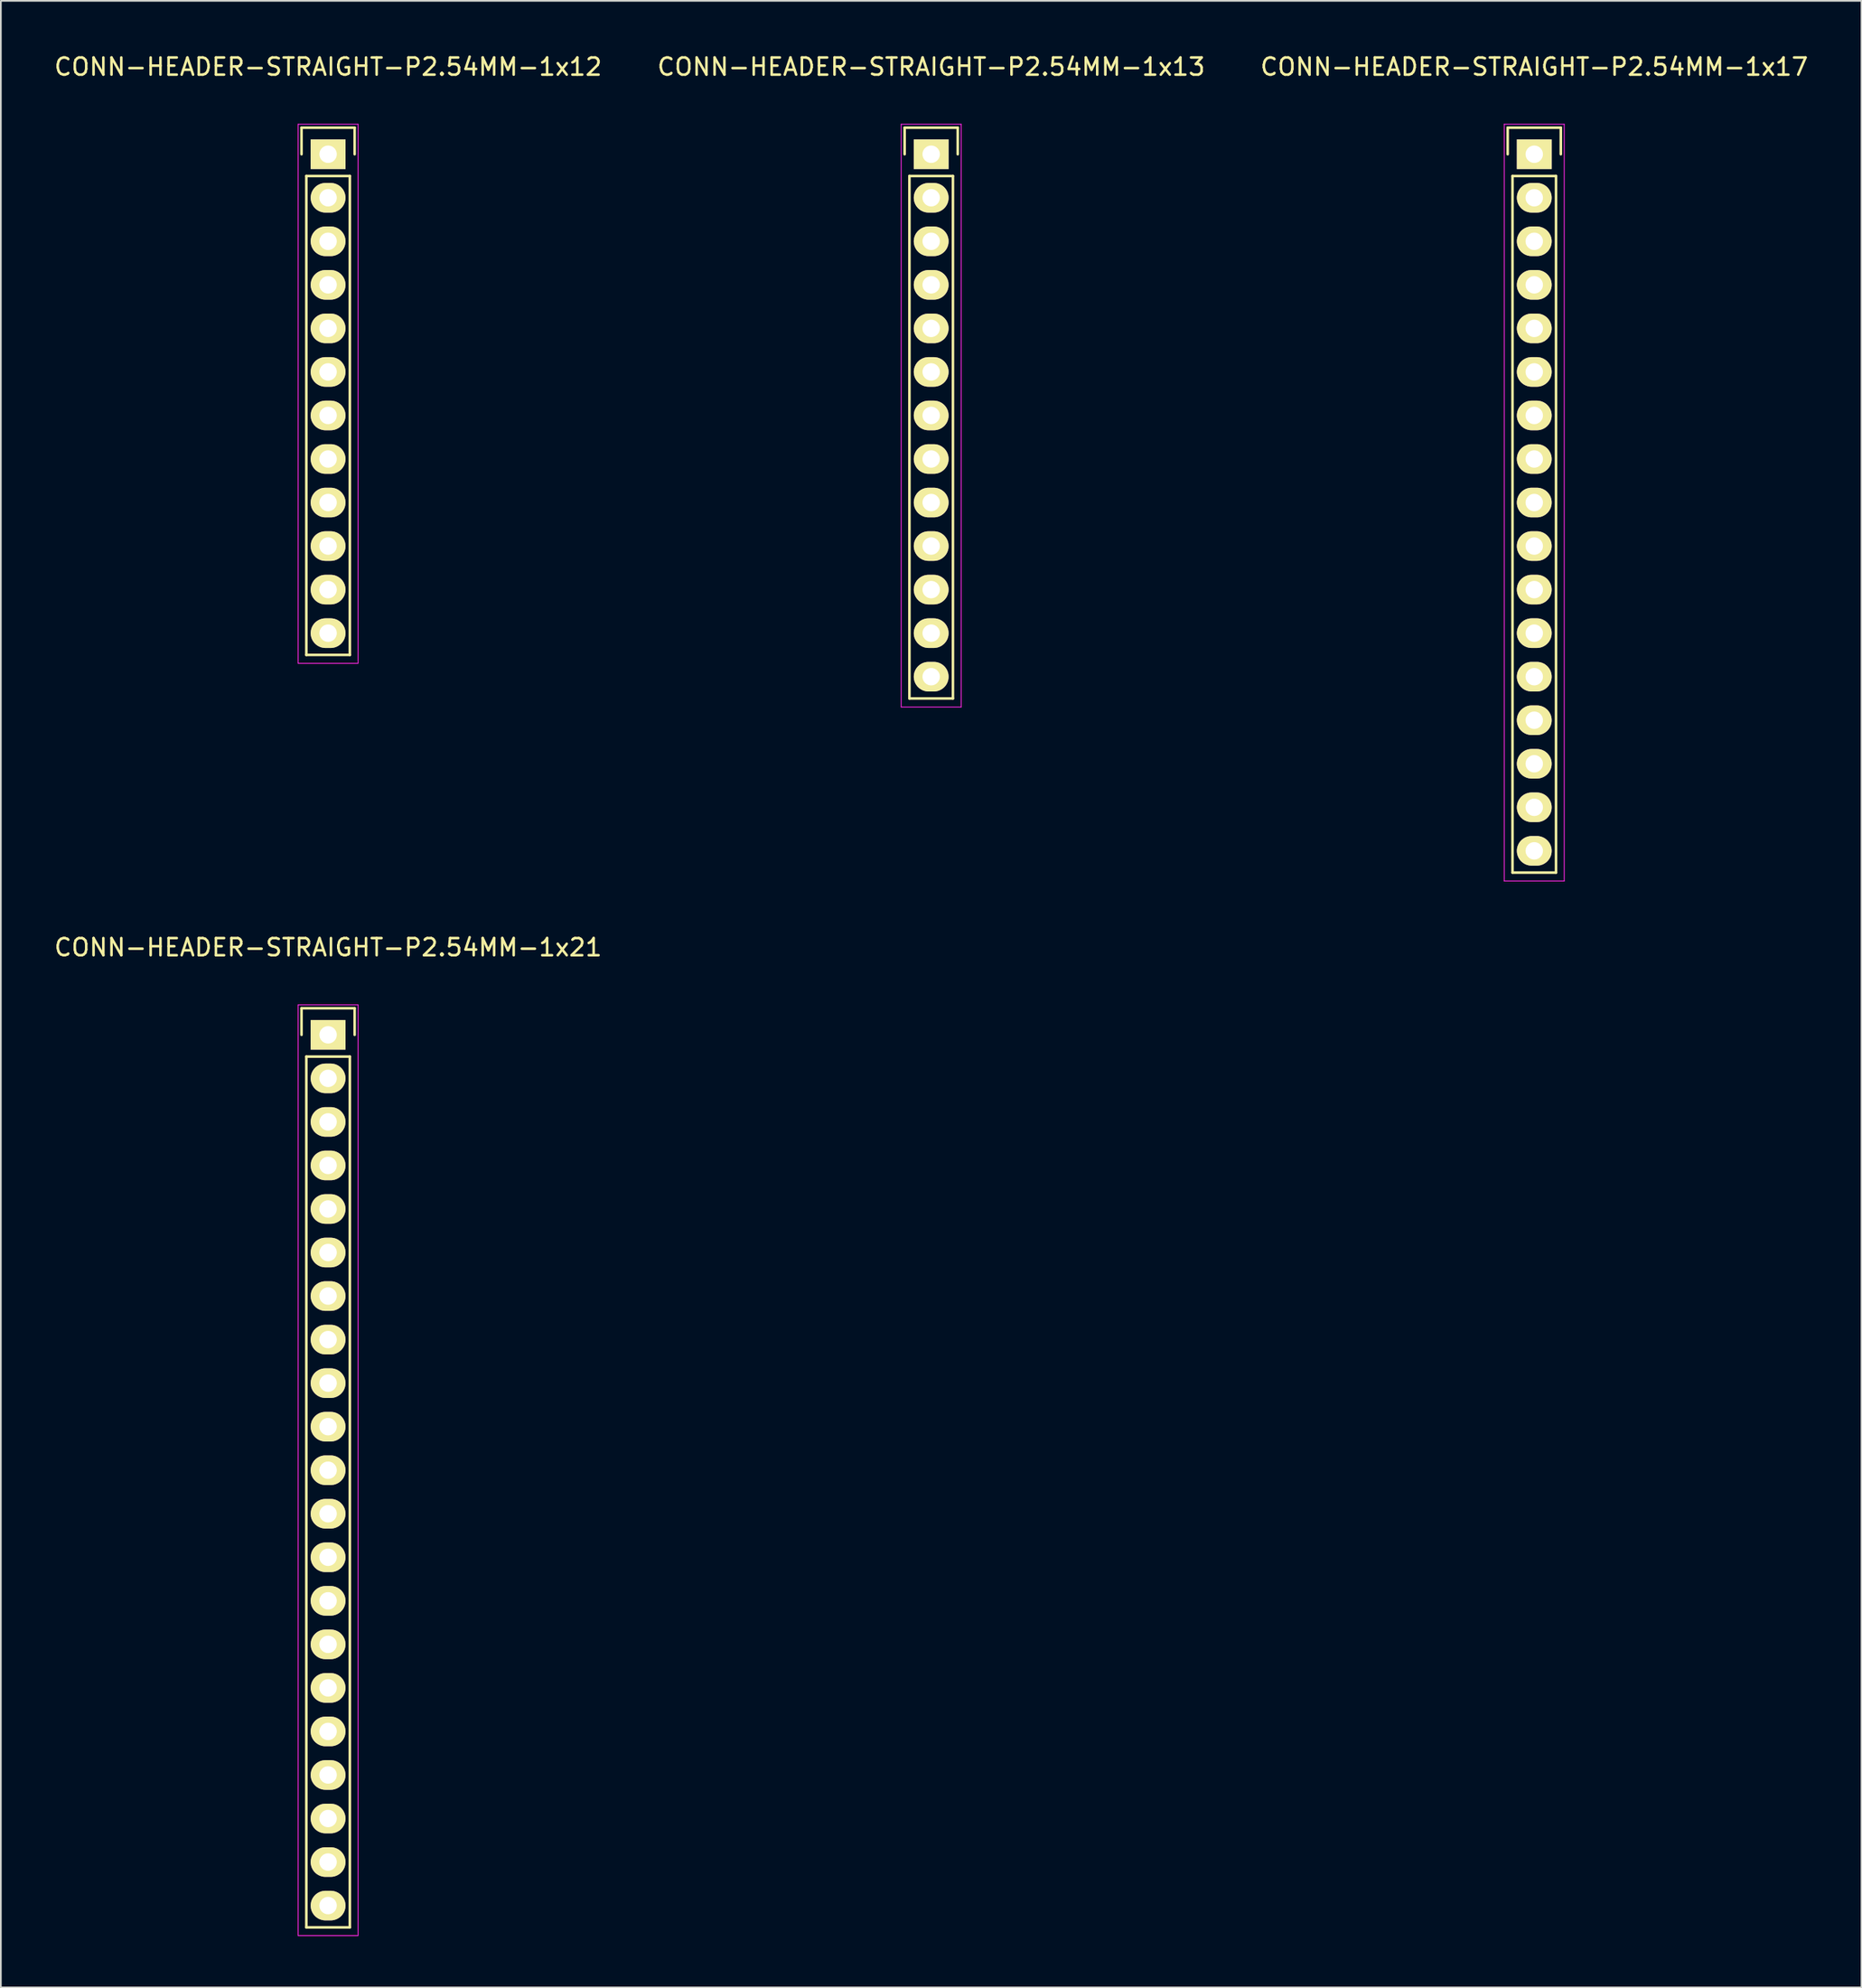
<source format=kicad_pcb>
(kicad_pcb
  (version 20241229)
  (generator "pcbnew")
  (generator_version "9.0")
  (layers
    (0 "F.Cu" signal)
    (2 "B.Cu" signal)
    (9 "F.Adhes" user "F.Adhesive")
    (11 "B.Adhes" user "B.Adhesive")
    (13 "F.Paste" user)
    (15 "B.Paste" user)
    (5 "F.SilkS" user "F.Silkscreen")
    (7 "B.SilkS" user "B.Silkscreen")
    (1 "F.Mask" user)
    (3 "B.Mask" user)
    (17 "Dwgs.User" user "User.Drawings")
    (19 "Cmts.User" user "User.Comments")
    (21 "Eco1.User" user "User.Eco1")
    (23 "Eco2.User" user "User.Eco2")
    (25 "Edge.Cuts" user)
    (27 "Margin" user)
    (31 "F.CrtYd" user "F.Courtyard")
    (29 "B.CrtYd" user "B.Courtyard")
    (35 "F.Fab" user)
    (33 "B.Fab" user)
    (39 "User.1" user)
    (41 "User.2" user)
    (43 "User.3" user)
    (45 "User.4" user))
  (footprint "CONN-HEADER-STRAIGHT-P2.54MM-1x17"
    (layer "F.Cu")
    (at 86.506 5.948)
    (property "Reference" "CONN-HEADER-STRAIGHT-P2.54MM-1x17" (at 0 -5.1 0) (layer "F.SilkS") (effects (font (size 1 1) (thickness 0.15))))
    (attr through_hole)
    (fp_line (start -1.55 -1.55) (end 1.55 -1.55) (stroke (width 0.15) (type solid)) (layer "F.SilkS"))
    (fp_line (start -1.55 0) (end -1.55 -1.55) (stroke (width 0.15) (type solid)) (layer "F.SilkS"))
    (fp_line (start -1.27 41.91) (end -1.27 1.27) (stroke (width 0.15) (type solid)) (layer "F.SilkS"))
    (fp_line (start 1.27 1.27) (end -1.27 1.27) (stroke (width 0.15) (type solid)) (layer "F.SilkS"))
    (fp_line (start 1.27 1.27) (end 1.27 41.91) (stroke (width 0.15) (type solid)) (layer "F.SilkS"))
    (fp_line (start 1.27 41.91) (end -1.27 41.91) (stroke (width 0.15) (type solid)) (layer "F.SilkS"))
    (fp_line (start 1.55 -1.55) (end 1.55 0) (stroke (width 0.15) (type solid)) (layer "F.SilkS"))
    (fp_line (start -1.75 -1.75) (end -1.75 42.4) (stroke (width 0.05) (type solid)) (layer "F.CrtYd"))
    (fp_line (start -1.75 -1.75) (end 1.75 -1.75) (stroke (width 0.05) (type solid)) (layer "F.CrtYd"))
    (fp_line (start -1.75 42.4) (end 1.75 42.4) (stroke (width 0.05) (type solid)) (layer "F.CrtYd"))
    (fp_line (start 1.75 -1.75) (end 1.75 42.4) (stroke (width 0.05) (type solid)) (layer "F.CrtYd"))
    (pad "1" thru_hole rect (at 0 0) (size 2.032 1.727) (drill 1.016) (layers "*.Cu" "*.Mask" "F.SilkS"))
    (pad "2" thru_hole oval (at 0 2.54) (size 2.032 1.727) (drill 1.016) (layers "*.Cu" "*.Mask" "F.SilkS"))
    (pad "3" thru_hole oval (at 0 5.08) (size 2.032 1.727) (drill 1.016) (layers "*.Cu" "*.Mask" "F.SilkS"))
    (pad "4" thru_hole oval (at 0 7.62) (size 2.032 1.727) (drill 1.016) (layers "*.Cu" "*.Mask" "F.SilkS"))
    (pad "5" thru_hole oval (at 0 10.16) (size 2.032 1.727) (drill 1.016) (layers "*.Cu" "*.Mask" "F.SilkS"))
    (pad "6" thru_hole oval (at 0 12.7) (size 2.032 1.727) (drill 1.016) (layers "*.Cu" "*.Mask" "F.SilkS"))
    (pad "7" thru_hole oval (at 0 15.24) (size 2.032 1.727) (drill 1.016) (layers "*.Cu" "*.Mask" "F.SilkS"))
    (pad "8" thru_hole oval (at 0 17.78) (size 2.032 1.727) (drill 1.016) (layers "*.Cu" "*.Mask" "F.SilkS"))
    (pad "9" thru_hole oval (at 0 20.32) (size 2.032 1.727) (drill 1.016) (layers "*.Cu" "*.Mask" "F.SilkS"))
    (pad "10" thru_hole oval (at 0 22.86) (size 2.032 1.727) (drill 1.016) (layers "*.Cu" "*.Mask" "F.SilkS"))
    (pad "11" thru_hole oval (at 0 25.4) (size 2.032 1.727) (drill 1.016) (layers "*.Cu" "*.Mask" "F.SilkS"))
    (pad "12" thru_hole oval (at 0 27.94) (size 2.032 1.727) (drill 1.016) (layers "*.Cu" "*.Mask" "F.SilkS"))
    (pad "13" thru_hole oval (at 0 30.48) (size 2.032 1.727) (drill 1.016) (layers "*.Cu" "*.Mask" "F.SilkS"))
    (pad "14" thru_hole oval (at 0 33.02) (size 2.032 1.727) (drill 1.016) (layers "*.Cu" "*.Mask" "F.SilkS"))
    (pad "15" thru_hole oval (at 0 35.56) (size 2.032 1.727) (drill 1.016) (layers "*.Cu" "*.Mask" "F.SilkS"))
    (pad "16" thru_hole oval (at 0 38.1) (size 2.032 1.727) (drill 1.016) (layers "*.Cu" "*.Mask" "F.SilkS"))
    (pad "17" thru_hole oval (at 0 40.64) (size 2.032 1.727) (drill 1.016) (layers "*.Cu" "*.Mask" "F.SilkS")))
  (footprint "CONN-HEADER-STRAIGHT-P2.54MM-1x12"
    (layer "F.Cu")
    (at 16.101 5.948)
    (property "Reference" "CONN-HEADER-STRAIGHT-P2.54MM-1x12" (at 0 -5.1 0) (layer "F.SilkS") (effects (font (size 1 1) (thickness 0.15))))
    (attr through_hole)
    (fp_line (start -1.55 -1.55) (end 1.55 -1.55) (stroke (width 0.15) (type solid)) (layer "F.SilkS"))
    (fp_line (start -1.55 0) (end -1.55 -1.55) (stroke (width 0.15) (type solid)) (layer "F.SilkS"))
    (fp_line (start -1.27 29.21) (end -1.27 1.27) (stroke (width 0.15) (type solid)) (layer "F.SilkS"))
    (fp_line (start 1.27 1.27) (end -1.27 1.27) (stroke (width 0.15) (type solid)) (layer "F.SilkS"))
    (fp_line (start 1.27 1.27) (end 1.27 29.21) (stroke (width 0.15) (type solid)) (layer "F.SilkS"))
    (fp_line (start 1.27 29.21) (end -1.27 29.21) (stroke (width 0.15) (type solid)) (layer "F.SilkS"))
    (fp_line (start 1.55 -1.55) (end 1.55 0) (stroke (width 0.15) (type solid)) (layer "F.SilkS"))
    (fp_line (start -1.75 -1.75) (end -1.75 29.7) (stroke (width 0.05) (type solid)) (layer "F.CrtYd"))
    (fp_line (start -1.75 -1.75) (end 1.75 -1.75) (stroke (width 0.05) (type solid)) (layer "F.CrtYd"))
    (fp_line (start -1.75 29.7) (end 1.75 29.7) (stroke (width 0.05) (type solid)) (layer "F.CrtYd"))
    (fp_line (start 1.75 -1.75) (end 1.75 29.7) (stroke (width 0.05) (type solid)) (layer "F.CrtYd"))
    (pad "1" thru_hole rect (at 0 0) (size 2.032 1.727) (drill 1.016) (layers "*.Cu" "*.Mask" "F.SilkS"))
    (pad "2" thru_hole oval (at 0 2.54) (size 2.032 1.727) (drill 1.016) (layers "*.Cu" "*.Mask" "F.SilkS"))
    (pad "3" thru_hole oval (at 0 5.08) (size 2.032 1.727) (drill 1.016) (layers "*.Cu" "*.Mask" "F.SilkS"))
    (pad "4" thru_hole oval (at 0 7.62) (size 2.032 1.727) (drill 1.016) (layers "*.Cu" "*.Mask" "F.SilkS"))
    (pad "5" thru_hole oval (at 0 10.16) (size 2.032 1.727) (drill 1.016) (layers "*.Cu" "*.Mask" "F.SilkS"))
    (pad "6" thru_hole oval (at 0 12.7) (size 2.032 1.727) (drill 1.016) (layers "*.Cu" "*.Mask" "F.SilkS"))
    (pad "7" thru_hole oval (at 0 15.24) (size 2.032 1.727) (drill 1.016) (layers "*.Cu" "*.Mask" "F.SilkS"))
    (pad "8" thru_hole oval (at 0 17.78) (size 2.032 1.727) (drill 1.016) (layers "*.Cu" "*.Mask" "F.SilkS"))
    (pad "9" thru_hole oval (at 0 20.32) (size 2.032 1.727) (drill 1.016) (layers "*.Cu" "*.Mask" "F.SilkS"))
    (pad "10" thru_hole oval (at 0 22.86) (size 2.032 1.727) (drill 1.016) (layers "*.Cu" "*.Mask" "F.SilkS"))
    (pad "11" thru_hole oval (at 0 25.4) (size 2.032 1.727) (drill 1.016) (layers "*.Cu" "*.Mask" "F.SilkS"))
    (pad "12" thru_hole oval (at 0 27.94) (size 2.032 1.727) (drill 1.016) (layers "*.Cu" "*.Mask" "F.SilkS")))
  (footprint "CONN-HEADER-STRAIGHT-P2.54MM-1x13"
    (layer "F.Cu")
    (at 51.304 5.948)
    (property "Reference" "CONN-HEADER-STRAIGHT-P2.54MM-1x13" (at 0 -5.1 0) (layer "F.SilkS") (effects (font (size 1 1) (thickness 0.15))))
    (attr through_hole)
    (fp_line (start -1.55 -1.55) (end 1.55 -1.55) (stroke (width 0.15) (type solid)) (layer "F.SilkS"))
    (fp_line (start -1.55 0) (end -1.55 -1.55) (stroke (width 0.15) (type solid)) (layer "F.SilkS"))
    (fp_line (start -1.27 1.27) (end -1.27 31.75) (stroke (width 0.15) (type solid)) (layer "F.SilkS"))
    (fp_line (start -1.27 31.75) (end 1.27 31.75) (stroke (width 0.15) (type solid)) (layer "F.SilkS"))
    (fp_line (start 1.27 1.27) (end -1.27 1.27) (stroke (width 0.15) (type solid)) (layer "F.SilkS"))
    (fp_line (start 1.27 31.75) (end 1.27 1.27) (stroke (width 0.15) (type solid)) (layer "F.SilkS"))
    (fp_line (start 1.55 -1.55) (end 1.55 0) (stroke (width 0.15) (type solid)) (layer "F.SilkS"))
    (fp_line (start -1.75 -1.75) (end -1.75 32.25) (stroke (width 0.05) (type solid)) (layer "F.CrtYd"))
    (fp_line (start -1.75 -1.75) (end 1.75 -1.75) (stroke (width 0.05) (type solid)) (layer "F.CrtYd"))
    (fp_line (start -1.75 32.25) (end 1.75 32.25) (stroke (width 0.05) (type solid)) (layer "F.CrtYd"))
    (fp_line (start 1.75 -1.75) (end 1.75 32.25) (stroke (width 0.05) (type solid)) (layer "F.CrtYd"))
    (pad "1" thru_hole rect (at 0 0) (size 2.032 1.727) (drill 1.016) (layers "*.Cu" "*.Mask" "F.SilkS"))
    (pad "2" thru_hole oval (at 0 2.54) (size 2.032 1.727) (drill 1.016) (layers "*.Cu" "*.Mask" "F.SilkS"))
    (pad "3" thru_hole oval (at 0 5.08) (size 2.032 1.727) (drill 1.016) (layers "*.Cu" "*.Mask" "F.SilkS"))
    (pad "4" thru_hole oval (at 0 7.62) (size 2.032 1.727) (drill 1.016) (layers "*.Cu" "*.Mask" "F.SilkS"))
    (pad "5" thru_hole oval (at 0 10.16) (size 2.032 1.727) (drill 1.016) (layers "*.Cu" "*.Mask" "F.SilkS"))
    (pad "6" thru_hole oval (at 0 12.7) (size 2.032 1.727) (drill 1.016) (layers "*.Cu" "*.Mask" "F.SilkS"))
    (pad "7" thru_hole oval (at 0 15.24) (size 2.032 1.727) (drill 1.016) (layers "*.Cu" "*.Mask" "F.SilkS"))
    (pad "8" thru_hole oval (at 0 17.78) (size 2.032 1.727) (drill 1.016) (layers "*.Cu" "*.Mask" "F.SilkS"))
    (pad "9" thru_hole oval (at 0 20.32) (size 2.032 1.727) (drill 1.016) (layers "*.Cu" "*.Mask" "F.SilkS"))
    (pad "10" thru_hole oval (at 0 22.86) (size 2.032 1.727) (drill 1.016) (layers "*.Cu" "*.Mask" "F.SilkS"))
    (pad "11" thru_hole oval (at 0 25.4) (size 2.032 1.727) (drill 1.016) (layers "*.Cu" "*.Mask" "F.SilkS"))
    (pad "12" thru_hole oval (at 0 27.94) (size 2.032 1.727) (drill 1.016) (layers "*.Cu" "*.Mask" "F.SilkS"))
    (pad "13" thru_hole oval (at 0 30.48) (size 2.032 1.727) (drill 1.016) (layers "*.Cu" "*.Mask" "F.SilkS")))
  (footprint "CONN-HEADER-STRAIGHT-P2.54MM-1x21"
    (layer "F.Cu")
    (at 16.101 57.322)
    (property "Reference" "CONN-HEADER-STRAIGHT-P2.54MM-1x21" (at 0 -5.1 0) (layer "F.SilkS") (effects (font (size 1 1) (thickness 0.15))))
    (attr through_hole)
    (fp_line (start -1.55 -1.55) (end 1.55 -1.55) (stroke (width 0.15) (type solid)) (layer "F.SilkS"))
    (fp_line (start -1.55 0) (end -1.55 -1.55) (stroke (width 0.15) (type solid)) (layer "F.SilkS"))
    (fp_line (start -1.27 52.07) (end -1.27 1.27) (stroke (width 0.15) (type solid)) (layer "F.SilkS"))
    (fp_line (start 1.27 1.27) (end -1.27 1.27) (stroke (width 0.15) (type solid)) (layer "F.SilkS"))
    (fp_line (start 1.27 1.27) (end 1.27 52.07) (stroke (width 0.15) (type solid)) (layer "F.SilkS"))
    (fp_line (start 1.27 52.07) (end -1.27 52.07) (stroke (width 0.15) (type solid)) (layer "F.SilkS"))
    (fp_line (start 1.55 -1.55) (end 1.55 0) (stroke (width 0.15) (type solid)) (layer "F.SilkS"))
    (fp_line (start -1.75 -1.75) (end -1.75 52.55) (stroke (width 0.05) (type solid)) (layer "F.CrtYd"))
    (fp_line (start -1.75 -1.75) (end 1.75 -1.75) (stroke (width 0.05) (type solid)) (layer "F.CrtYd"))
    (fp_line (start -1.75 52.55) (end 1.75 52.55) (stroke (width 0.05) (type solid)) (layer "F.CrtYd"))
    (fp_line (start 1.75 -1.75) (end 1.75 52.55) (stroke (width 0.05) (type solid)) (layer "F.CrtYd"))
    (pad "1" thru_hole rect (at 0 0) (size 2.032 1.727) (drill 1.016) (layers "*.Cu" "*.Mask" "F.SilkS"))
    (pad "2" thru_hole oval (at 0 2.54) (size 2.032 1.727) (drill 1.016) (layers "*.Cu" "*.Mask" "F.SilkS"))
    (pad "3" thru_hole oval (at 0 5.08) (size 2.032 1.727) (drill 1.016) (layers "*.Cu" "*.Mask" "F.SilkS"))
    (pad "4" thru_hole oval (at 0 7.62) (size 2.032 1.727) (drill 1.016) (layers "*.Cu" "*.Mask" "F.SilkS"))
    (pad "5" thru_hole oval (at 0 10.16) (size 2.032 1.727) (drill 1.016) (layers "*.Cu" "*.Mask" "F.SilkS"))
    (pad "6" thru_hole oval (at 0 12.7) (size 2.032 1.727) (drill 1.016) (layers "*.Cu" "*.Mask" "F.SilkS"))
    (pad "7" thru_hole oval (at 0 15.24) (size 2.032 1.727) (drill 1.016) (layers "*.Cu" "*.Mask" "F.SilkS"))
    (pad "8" thru_hole oval (at 0 17.78) (size 2.032 1.727) (drill 1.016) (layers "*.Cu" "*.Mask" "F.SilkS"))
    (pad "9" thru_hole oval (at 0 20.32) (size 2.032 1.727) (drill 1.016) (layers "*.Cu" "*.Mask" "F.SilkS"))
    (pad "10" thru_hole oval (at 0 22.86) (size 2.032 1.727) (drill 1.016) (layers "*.Cu" "*.Mask" "F.SilkS"))
    (pad "11" thru_hole oval (at 0 25.4) (size 2.032 1.727) (drill 1.016) (layers "*.Cu" "*.Mask" "F.SilkS"))
    (pad "12" thru_hole oval (at 0 27.94) (size 2.032 1.727) (drill 1.016) (layers "*.Cu" "*.Mask" "F.SilkS"))
    (pad "13" thru_hole oval (at 0 30.48) (size 2.032 1.727) (drill 1.016) (layers "*.Cu" "*.Mask" "F.SilkS"))
    (pad "14" thru_hole oval (at 0 33.02) (size 2.032 1.727) (drill 1.016) (layers "*.Cu" "*.Mask" "F.SilkS"))
    (pad "15" thru_hole oval (at 0 35.56) (size 2.032 1.727) (drill 1.016) (layers "*.Cu" "*.Mask" "F.SilkS"))
    (pad "16" thru_hole oval (at 0 38.1) (size 2.032 1.727) (drill 1.016) (layers "*.Cu" "*.Mask" "F.SilkS"))
    (pad "17" thru_hole oval (at 0 40.64) (size 2.032 1.727) (drill 1.016) (layers "*.Cu" "*.Mask" "F.SilkS"))
    (pad "18" thru_hole oval (at 0 43.18) (size 2.032 1.727) (drill 1.016) (layers "*.Cu" "*.Mask" "F.SilkS"))
    (pad "19" thru_hole oval (at 0 45.72) (size 2.032 1.727) (drill 1.016) (layers "*.Cu" "*.Mask" "F.SilkS"))
    (pad "20" thru_hole oval (at 0 48.26) (size 2.032 1.727) (drill 1.016) (layers "*.Cu" "*.Mask" "F.SilkS"))
    (pad "21" thru_hole oval (at 0 50.8) (size 2.032 1.727) (drill 1.016) (layers "*.Cu" "*.Mask" "F.SilkS")))
  (gr_rect
    (start -3 -3)
    (end 105.607 112.897)
    (stroke (width 0.1) (type default))
    (fill no)
    (layer "Edge.Cuts")))
</source>
